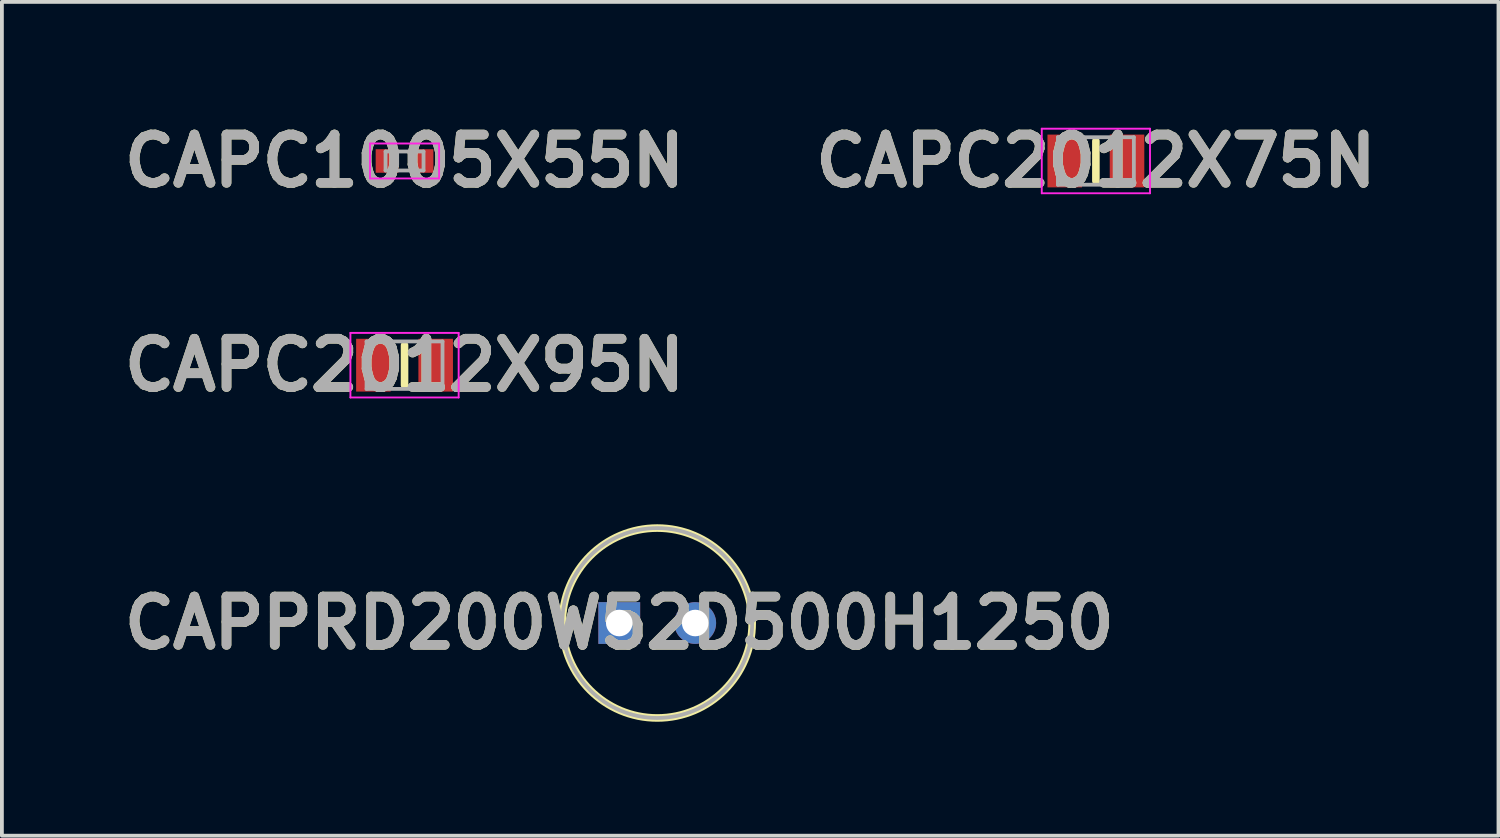
<source format=kicad_pcb>
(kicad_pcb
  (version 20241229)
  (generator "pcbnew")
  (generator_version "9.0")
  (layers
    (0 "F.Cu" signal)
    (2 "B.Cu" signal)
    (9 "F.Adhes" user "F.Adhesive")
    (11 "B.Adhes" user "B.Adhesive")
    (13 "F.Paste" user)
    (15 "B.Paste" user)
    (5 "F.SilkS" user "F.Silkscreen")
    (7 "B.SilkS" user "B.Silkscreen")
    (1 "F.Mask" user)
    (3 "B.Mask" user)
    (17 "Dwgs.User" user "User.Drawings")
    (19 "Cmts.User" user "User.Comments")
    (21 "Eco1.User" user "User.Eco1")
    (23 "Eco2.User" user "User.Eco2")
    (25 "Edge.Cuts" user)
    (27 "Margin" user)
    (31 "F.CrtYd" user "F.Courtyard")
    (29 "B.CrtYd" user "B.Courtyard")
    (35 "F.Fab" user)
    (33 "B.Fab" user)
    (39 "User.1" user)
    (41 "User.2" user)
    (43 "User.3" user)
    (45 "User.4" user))
  (footprint "CAPC2012X75N"
    (layer "F.Cu")
    (at 25.806 1.189)
    (property "Reference" "CAPC2012X75N" (at 0 0 0) (layer "F.SilkS") (effects (font (size 1.27 1.27) (thickness 0.254))))
    (attr smd)
    (fp_line (start 0 -0.525) (end 0 0.525) (stroke (width 0.2) (type solid)) (layer "F.SilkS"))
    (fp_line (start -1.425 -0.85) (end 1.425 -0.85) (stroke (width 0.05) (type solid)) (layer "F.CrtYd"))
    (fp_line (start -1.425 0.85) (end -1.425 -0.85) (stroke (width 0.05) (type solid)) (layer "F.CrtYd"))
    (fp_line (start 1.425 -0.85) (end 1.425 0.85) (stroke (width 0.05) (type solid)) (layer "F.CrtYd"))
    (fp_line (start 1.425 0.85) (end -1.425 0.85) (stroke (width 0.05) (type solid)) (layer "F.CrtYd"))
    (fp_line (start -1 -0.625) (end 1 -0.625) (stroke (width 0.1) (type solid)) (layer "F.Fab"))
    (fp_line (start -1 0.625) (end -1 -0.625) (stroke (width 0.1) (type solid)) (layer "F.Fab"))
    (fp_line (start 1 -0.625) (end 1 0.625) (stroke (width 0.1) (type solid)) (layer "F.Fab"))
    (fp_line (start 1 0.625) (end -1 0.625) (stroke (width 0.1) (type solid)) (layer "F.Fab"))
    (fp_text user "${REFERENCE}" (at 0 0 0) (layer "F.Fab") (effects (font (size 1.27 1.27) (thickness 0.254))))
    (pad "1" smd rect (at -0.82 0) (size 0.91 1.39) (layers "F.Cu" "F.Mask" "F.Paste"))
    (pad "2" smd rect (at 0.82 0) (size 0.91 1.39) (layers "F.Cu" "F.Mask" "F.Paste")))
  (footprint "CAPC2012X95N"
    (layer "F.Cu")
    (at 7.602 6.566)
    (property "Reference" "CAPC2012X95N" (at 0 0 0) (layer "F.SilkS") (effects (font (size 1.27 1.27) (thickness 0.254))))
    (attr smd)
    (fp_line (start 0 -0.525) (end 0 0.525) (stroke (width 0.2) (type solid)) (layer "F.SilkS"))
    (fp_line (start -1.425 -0.85) (end 1.425 -0.85) (stroke (width 0.05) (type solid)) (layer "F.CrtYd"))
    (fp_line (start -1.425 0.85) (end -1.425 -0.85) (stroke (width 0.05) (type solid)) (layer "F.CrtYd"))
    (fp_line (start 1.425 -0.85) (end 1.425 0.85) (stroke (width 0.05) (type solid)) (layer "F.CrtYd"))
    (fp_line (start 1.425 0.85) (end -1.425 0.85) (stroke (width 0.05) (type solid)) (layer "F.CrtYd"))
    (fp_line (start -1 -0.625) (end 1 -0.625) (stroke (width 0.1) (type solid)) (layer "F.Fab"))
    (fp_line (start -1 0.625) (end -1 -0.625) (stroke (width 0.1) (type solid)) (layer "F.Fab"))
    (fp_line (start 1 -0.625) (end 1 0.625) (stroke (width 0.1) (type solid)) (layer "F.Fab"))
    (fp_line (start 1 0.625) (end -1 0.625) (stroke (width 0.1) (type solid)) (layer "F.Fab"))
    (fp_text user "${REFERENCE}" (at 0 0 0) (layer "F.Fab") (effects (font (size 1.27 1.27) (thickness 0.254))))
    (pad "1" smd rect (at -0.82 0) (size 0.91 1.39) (layers "F.Cu" "F.Mask" "F.Paste"))
    (pad "2" smd rect (at 0.82 0) (size 0.91 1.39) (layers "F.Cu" "F.Mask" "F.Paste")))
  (footprint "CAPC1005X55N"
    (layer "F.Cu")
    (at 7.602 1.189)
    (property "Reference" "CAPC1005X55N" (at 0 0 0) (layer "F.SilkS") (effects (font (size 1.27 1.27) (thickness 0.254))))
    (attr smd)
    (fp_line (start -0.91 -0.46) (end 0.91 -0.46) (stroke (width 0.05) (type solid)) (layer "F.CrtYd"))
    (fp_line (start -0.91 0.46) (end -0.91 -0.46) (stroke (width 0.05) (type solid)) (layer "F.CrtYd"))
    (fp_line (start 0.91 -0.46) (end 0.91 0.46) (stroke (width 0.05) (type solid)) (layer "F.CrtYd"))
    (fp_line (start 0.91 0.46) (end -0.91 0.46) (stroke (width 0.05) (type solid)) (layer "F.CrtYd"))
    (fp_line (start -0.5 -0.25) (end 0.5 -0.25) (stroke (width 0.1) (type solid)) (layer "F.Fab"))
    (fp_line (start -0.5 0.25) (end -0.5 -0.25) (stroke (width 0.1) (type solid)) (layer "F.Fab"))
    (fp_line (start 0.5 -0.25) (end 0.5 0.25) (stroke (width 0.1) (type solid)) (layer "F.Fab"))
    (fp_line (start 0.5 0.25) (end -0.5 0.25) (stroke (width 0.1) (type solid)) (layer "F.Fab"))
    (fp_text user "${REFERENCE}" (at 0 0 0) (layer "F.Fab") (effects (font (size 1.27 1.27) (thickness 0.254))))
    (pad "1" smd rect (at -0.46 0) (size 0.6 0.62) (layers "F.Cu" "F.Mask" "F.Paste"))
    (pad "2" smd rect (at 0.46 0) (size 0.6 0.62) (layers "F.Cu" "F.Mask" "F.Paste")))
  (footprint "CAPPRD200W52D500H1250"
    (layer "F.Cu")
    (at 13.256 13.355)
    (property "Reference" "CAPPRD200W52D500H1250" (at 0 0 0) (layer "F.SilkS") (effects (font (size 1.27 1.27) (thickness 0.254))))
    (attr through_hole)
    (fp_circle (center 1 0) (end 1 2.5) (stroke (width 0.2) (type solid)) (fill no) (layer "F.SilkS"))
    (fp_circle (center 1 0) (end 1 2.5) (stroke (width 0.1) (type solid)) (fill no) (layer "F.Fab"))
    (fp_text user "${REFERENCE}" (at 0 0 0) (layer "F.Fab") (effects (font (size 1.27 1.27) (thickness 0.254))))
    (pad "1" thru_hole rect (at 0 0) (size 1.1 1.1) (drill 0.7) (layers "*.Cu" "*.Mask"))
    (pad "2" thru_hole circle (at 2 0) (size 1.1 1.1) (drill 0.7) (layers "*.Cu" "*.Mask")))
  (gr_rect
    (start -3 -3)
    (end 36.407 18.955)
    (stroke (width 0.1) (type default))
    (fill no)
    (layer "Edge.Cuts")))
</source>
